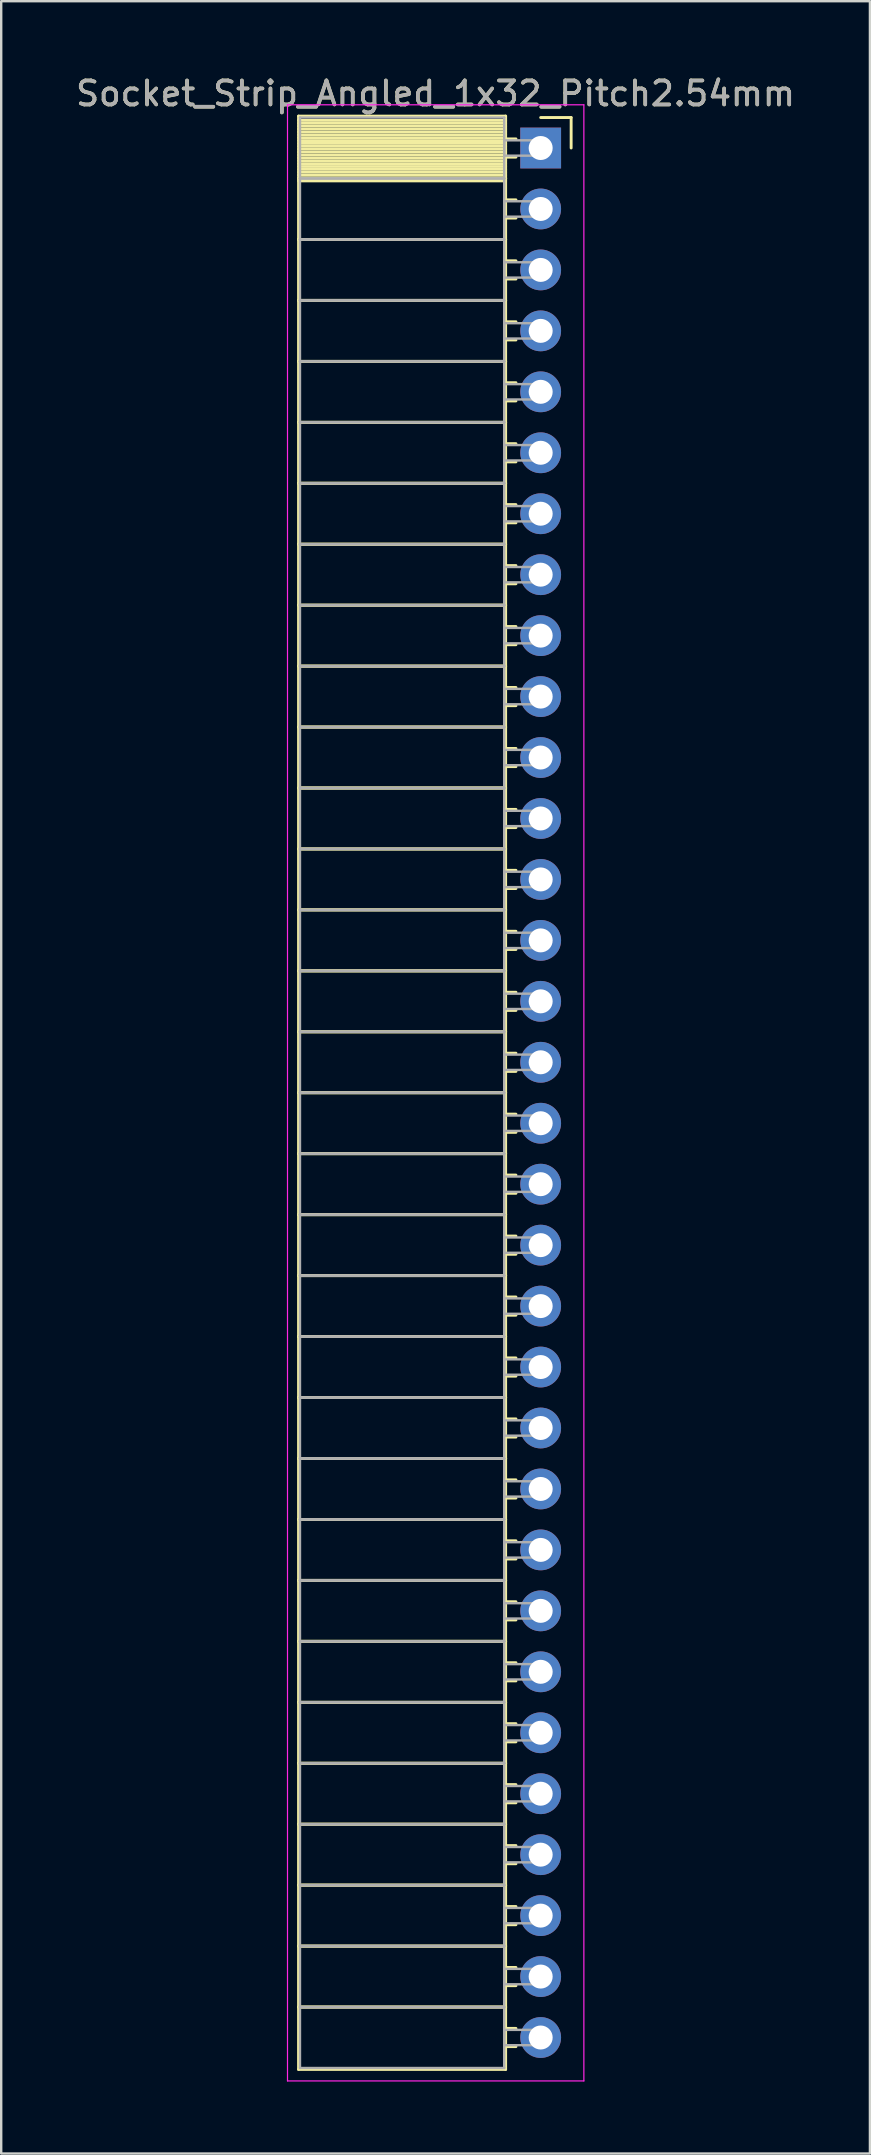
<source format=kicad_pcb>
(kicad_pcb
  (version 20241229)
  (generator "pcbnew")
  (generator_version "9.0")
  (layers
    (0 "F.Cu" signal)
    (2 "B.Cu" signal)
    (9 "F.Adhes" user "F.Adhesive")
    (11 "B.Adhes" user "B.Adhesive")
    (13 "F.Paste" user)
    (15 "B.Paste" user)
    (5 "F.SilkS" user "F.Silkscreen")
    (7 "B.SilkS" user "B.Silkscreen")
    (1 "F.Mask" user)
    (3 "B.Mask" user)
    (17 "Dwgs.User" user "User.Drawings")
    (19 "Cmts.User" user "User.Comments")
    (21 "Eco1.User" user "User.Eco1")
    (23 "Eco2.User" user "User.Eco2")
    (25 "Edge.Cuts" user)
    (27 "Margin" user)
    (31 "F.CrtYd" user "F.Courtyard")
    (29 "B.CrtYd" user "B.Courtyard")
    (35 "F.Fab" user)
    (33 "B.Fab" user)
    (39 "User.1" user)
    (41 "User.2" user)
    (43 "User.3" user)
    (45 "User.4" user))
  (footprint "Socket_Strip_Angled_1x32_Pitch2.54mm"
    (layer "F.Cu")
    (at 19.481 3.118)
    (property "Reference" "Socket_Strip_Angled_1x32_Pitch2.54mm" (at -4.38 -2.27 0) (layer "F.SilkS") (effects (font (size 1 1) (thickness 0.15))))
    (attr through_hole)
    (fp_line (start -10.09 -1.33) (end -1.46 -1.33) (stroke (width 0.12) (type solid)) (layer "F.SilkS"))
    (fp_line (start -10.09 1.27) (end -10.09 -1.33) (stroke (width 0.12) (type solid)) (layer "F.SilkS"))
    (fp_line (start -10.09 1.27) (end -1.46 1.27) (stroke (width 0.12) (type solid)) (layer "F.SilkS"))
    (fp_line (start -10.09 3.81) (end -10.09 1.27) (stroke (width 0.12) (type solid)) (layer "F.SilkS"))
    (fp_line (start -10.09 3.81) (end -1.46 3.81) (stroke (width 0.12) (type solid)) (layer "F.SilkS"))
    (fp_line (start -10.09 6.35) (end -10.09 3.81) (stroke (width 0.12) (type solid)) (layer "F.SilkS"))
    (fp_line (start -10.09 6.35) (end -1.46 6.35) (stroke (width 0.12) (type solid)) (layer "F.SilkS"))
    (fp_line (start -10.09 8.89) (end -10.09 6.35) (stroke (width 0.12) (type solid)) (layer "F.SilkS"))
    (fp_line (start -10.09 8.89) (end -1.46 8.89) (stroke (width 0.12) (type solid)) (layer "F.SilkS"))
    (fp_line (start -10.09 11.43) (end -10.09 8.89) (stroke (width 0.12) (type solid)) (layer "F.SilkS"))
    (fp_line (start -10.09 11.43) (end -1.46 11.43) (stroke (width 0.12) (type solid)) (layer "F.SilkS"))
    (fp_line (start -10.09 13.97) (end -10.09 11.43) (stroke (width 0.12) (type solid)) (layer "F.SilkS"))
    (fp_line (start -10.09 13.97) (end -1.46 13.97) (stroke (width 0.12) (type solid)) (layer "F.SilkS"))
    (fp_line (start -10.09 16.51) (end -10.09 13.97) (stroke (width 0.12) (type solid)) (layer "F.SilkS"))
    (fp_line (start -10.09 16.51) (end -1.46 16.51) (stroke (width 0.12) (type solid)) (layer "F.SilkS"))
    (fp_line (start -10.09 19.05) (end -10.09 16.51) (stroke (width 0.12) (type solid)) (layer "F.SilkS"))
    (fp_line (start -10.09 19.05) (end -1.46 19.05) (stroke (width 0.12) (type solid)) (layer "F.SilkS"))
    (fp_line (start -10.09 21.59) (end -10.09 19.05) (stroke (width 0.12) (type solid)) (layer "F.SilkS"))
    (fp_line (start -10.09 21.59) (end -1.46 21.59) (stroke (width 0.12) (type solid)) (layer "F.SilkS"))
    (fp_line (start -10.09 24.13) (end -10.09 21.59) (stroke (width 0.12) (type solid)) (layer "F.SilkS"))
    (fp_line (start -10.09 24.13) (end -1.46 24.13) (stroke (width 0.12) (type solid)) (layer "F.SilkS"))
    (fp_line (start -10.09 26.67) (end -10.09 24.13) (stroke (width 0.12) (type solid)) (layer "F.SilkS"))
    (fp_line (start -10.09 26.67) (end -1.46 26.67) (stroke (width 0.12) (type solid)) (layer "F.SilkS"))
    (fp_line (start -10.09 29.21) (end -10.09 26.67) (stroke (width 0.12) (type solid)) (layer "F.SilkS"))
    (fp_line (start -10.09 29.21) (end -1.46 29.21) (stroke (width 0.12) (type solid)) (layer "F.SilkS"))
    (fp_line (start -10.09 31.75) (end -10.09 29.21) (stroke (width 0.12) (type solid)) (layer "F.SilkS"))
    (fp_line (start -10.09 31.75) (end -1.46 31.75) (stroke (width 0.12) (type solid)) (layer "F.SilkS"))
    (fp_line (start -10.09 34.29) (end -10.09 31.75) (stroke (width 0.12) (type solid)) (layer "F.SilkS"))
    (fp_line (start -10.09 34.29) (end -1.46 34.29) (stroke (width 0.12) (type solid)) (layer "F.SilkS"))
    (fp_line (start -10.09 36.83) (end -10.09 34.29) (stroke (width 0.12) (type solid)) (layer "F.SilkS"))
    (fp_line (start -10.09 36.83) (end -1.46 36.83) (stroke (width 0.12) (type solid)) (layer "F.SilkS"))
    (fp_line (start -10.09 39.37) (end -10.09 36.83) (stroke (width 0.12) (type solid)) (layer "F.SilkS"))
    (fp_line (start -10.09 39.37) (end -1.46 39.37) (stroke (width 0.12) (type solid)) (layer "F.SilkS"))
    (fp_line (start -10.09 41.91) (end -10.09 39.37) (stroke (width 0.12) (type solid)) (layer "F.SilkS"))
    (fp_line (start -10.09 41.91) (end -1.46 41.91) (stroke (width 0.12) (type solid)) (layer "F.SilkS"))
    (fp_line (start -10.09 44.45) (end -10.09 41.91) (stroke (width 0.12) (type solid)) (layer "F.SilkS"))
    (fp_line (start -10.09 44.45) (end -1.46 44.45) (stroke (width 0.12) (type solid)) (layer "F.SilkS"))
    (fp_line (start -10.09 46.99) (end -10.09 44.45) (stroke (width 0.12) (type solid)) (layer "F.SilkS"))
    (fp_line (start -10.09 46.99) (end -1.46 46.99) (stroke (width 0.12) (type solid)) (layer "F.SilkS"))
    (fp_line (start -10.09 49.53) (end -10.09 46.99) (stroke (width 0.12) (type solid)) (layer "F.SilkS"))
    (fp_line (start -10.09 49.53) (end -1.46 49.53) (stroke (width 0.12) (type solid)) (layer "F.SilkS"))
    (fp_line (start -10.09 52.07) (end -10.09 49.53) (stroke (width 0.12) (type solid)) (layer "F.SilkS"))
    (fp_line (start -10.09 52.07) (end -1.46 52.07) (stroke (width 0.12) (type solid)) (layer "F.SilkS"))
    (fp_line (start -10.09 54.61) (end -10.09 52.07) (stroke (width 0.12) (type solid)) (layer "F.SilkS"))
    (fp_line (start -10.09 54.61) (end -1.46 54.61) (stroke (width 0.12) (type solid)) (layer "F.SilkS"))
    (fp_line (start -10.09 57.15) (end -10.09 54.61) (stroke (width 0.12) (type solid)) (layer "F.SilkS"))
    (fp_line (start -10.09 57.15) (end -1.46 57.15) (stroke (width 0.12) (type solid)) (layer "F.SilkS"))
    (fp_line (start -10.09 59.69) (end -10.09 57.15) (stroke (width 0.12) (type solid)) (layer "F.SilkS"))
    (fp_line (start -10.09 59.69) (end -1.46 59.69) (stroke (width 0.12) (type solid)) (layer "F.SilkS"))
    (fp_line (start -10.09 62.23) (end -10.09 59.69) (stroke (width 0.12) (type solid)) (layer "F.SilkS"))
    (fp_line (start -10.09 62.23) (end -1.46 62.23) (stroke (width 0.12) (type solid)) (layer "F.SilkS"))
    (fp_line (start -10.09 64.77) (end -10.09 62.23) (stroke (width 0.12) (type solid)) (layer "F.SilkS"))
    (fp_line (start -10.09 64.77) (end -1.46 64.77) (stroke (width 0.12) (type solid)) (layer "F.SilkS"))
    (fp_line (start -10.09 67.31) (end -10.09 64.77) (stroke (width 0.12) (type solid)) (layer "F.SilkS"))
    (fp_line (start -10.09 67.31) (end -1.46 67.31) (stroke (width 0.12) (type solid)) (layer "F.SilkS"))
    (fp_line (start -10.09 69.85) (end -10.09 67.31) (stroke (width 0.12) (type solid)) (layer "F.SilkS"))
    (fp_line (start -10.09 69.85) (end -1.46 69.85) (stroke (width 0.12) (type solid)) (layer "F.SilkS"))
    (fp_line (start -10.09 72.39) (end -10.09 69.85) (stroke (width 0.12) (type solid)) (layer "F.SilkS"))
    (fp_line (start -10.09 72.39) (end -1.46 72.39) (stroke (width 0.12) (type solid)) (layer "F.SilkS"))
    (fp_line (start -10.09 74.93) (end -10.09 72.39) (stroke (width 0.12) (type solid)) (layer "F.SilkS"))
    (fp_line (start -10.09 74.93) (end -1.46 74.93) (stroke (width 0.12) (type solid)) (layer "F.SilkS"))
    (fp_line (start -10.09 77.47) (end -10.09 74.93) (stroke (width 0.12) (type solid)) (layer "F.SilkS"))
    (fp_line (start -10.09 77.47) (end -1.46 77.47) (stroke (width 0.12) (type solid)) (layer "F.SilkS"))
    (fp_line (start -10.09 80.07) (end -10.09 77.47) (stroke (width 0.12) (type solid)) (layer "F.SilkS"))
    (fp_line (start -1.46 -1.33) (end -1.46 1.27) (stroke (width 0.12) (type solid)) (layer "F.SilkS"))
    (fp_line (start -1.46 -1.15) (end -10.09 -1.15) (stroke (width 0.12) (type solid)) (layer "F.SilkS"))
    (fp_line (start -1.46 -1.03) (end -10.09 -1.03) (stroke (width 0.12) (type solid)) (layer "F.SilkS"))
    (fp_line (start -1.46 -0.91) (end -10.09 -0.91) (stroke (width 0.12) (type solid)) (layer "F.SilkS"))
    (fp_line (start -1.46 -0.79) (end -10.09 -0.79) (stroke (width 0.12) (type solid)) (layer "F.SilkS"))
    (fp_line (start -1.46 -0.67) (end -10.09 -0.67) (stroke (width 0.12) (type solid)) (layer "F.SilkS"))
    (fp_line (start -1.46 -0.55) (end -10.09 -0.55) (stroke (width 0.12) (type solid)) (layer "F.SilkS"))
    (fp_line (start -1.46 -0.43) (end -10.09 -0.43) (stroke (width 0.12) (type solid)) (layer "F.SilkS"))
    (fp_line (start -1.46 -0.31) (end -10.09 -0.31) (stroke (width 0.12) (type solid)) (layer "F.SilkS"))
    (fp_line (start -1.46 -0.19) (end -10.09 -0.19) (stroke (width 0.12) (type solid)) (layer "F.SilkS"))
    (fp_line (start -1.46 -0.07) (end -10.09 -0.07) (stroke (width 0.12) (type solid)) (layer "F.SilkS"))
    (fp_line (start -1.46 0.05) (end -10.09 0.05) (stroke (width 0.12) (type solid)) (layer "F.SilkS"))
    (fp_line (start -1.46 0.17) (end -10.09 0.17) (stroke (width 0.12) (type solid)) (layer "F.SilkS"))
    (fp_line (start -1.46 0.29) (end -10.09 0.29) (stroke (width 0.12) (type solid)) (layer "F.SilkS"))
    (fp_line (start -1.46 0.41) (end -10.09 0.41) (stroke (width 0.12) (type solid)) (layer "F.SilkS"))
    (fp_line (start -1.46 0.53) (end -10.09 0.53) (stroke (width 0.12) (type solid)) (layer "F.SilkS"))
    (fp_line (start -1.46 0.65) (end -10.09 0.65) (stroke (width 0.12) (type solid)) (layer "F.SilkS"))
    (fp_line (start -1.46 0.77) (end -10.09 0.77) (stroke (width 0.12) (type solid)) (layer "F.SilkS"))
    (fp_line (start -1.46 0.89) (end -10.09 0.89) (stroke (width 0.12) (type solid)) (layer "F.SilkS"))
    (fp_line (start -1.46 1.01) (end -10.09 1.01) (stroke (width 0.12) (type solid)) (layer "F.SilkS"))
    (fp_line (start -1.46 1.13) (end -10.09 1.13) (stroke (width 0.12) (type solid)) (layer "F.SilkS"))
    (fp_line (start -1.46 1.25) (end -10.09 1.25) (stroke (width 0.12) (type solid)) (layer "F.SilkS"))
    (fp_line (start -1.46 1.27) (end -10.09 1.27) (stroke (width 0.12) (type solid)) (layer "F.SilkS"))
    (fp_line (start -1.46 1.27) (end -1.46 3.81) (stroke (width 0.12) (type solid)) (layer "F.SilkS"))
    (fp_line (start -1.46 1.37) (end -10.09 1.37) (stroke (width 0.12) (type solid)) (layer "F.SilkS"))
    (fp_line (start -1.46 3.81) (end -10.09 3.81) (stroke (width 0.12) (type solid)) (layer "F.SilkS"))
    (fp_line (start -1.46 3.81) (end -1.46 6.35) (stroke (width 0.12) (type solid)) (layer "F.SilkS"))
    (fp_line (start -1.46 6.35) (end -10.09 6.35) (stroke (width 0.12) (type solid)) (layer "F.SilkS"))
    (fp_line (start -1.46 6.35) (end -1.46 8.89) (stroke (width 0.12) (type solid)) (layer "F.SilkS"))
    (fp_line (start -1.46 8.89) (end -10.09 8.89) (stroke (width 0.12) (type solid)) (layer "F.SilkS"))
    (fp_line (start -1.46 8.89) (end -1.46 11.43) (stroke (width 0.12) (type solid)) (layer "F.SilkS"))
    (fp_line (start -1.46 11.43) (end -10.09 11.43) (stroke (width 0.12) (type solid)) (layer "F.SilkS"))
    (fp_line (start -1.46 11.43) (end -1.46 13.97) (stroke (width 0.12) (type solid)) (layer "F.SilkS"))
    (fp_line (start -1.46 13.97) (end -10.09 13.97) (stroke (width 0.12) (type solid)) (layer "F.SilkS"))
    (fp_line (start -1.46 13.97) (end -1.46 16.51) (stroke (width 0.12) (type solid)) (layer "F.SilkS"))
    (fp_line (start -1.46 16.51) (end -10.09 16.51) (stroke (width 0.12) (type solid)) (layer "F.SilkS"))
    (fp_line (start -1.46 16.51) (end -1.46 19.05) (stroke (width 0.12) (type solid)) (layer "F.SilkS"))
    (fp_line (start -1.46 19.05) (end -10.09 19.05) (stroke (width 0.12) (type solid)) (layer "F.SilkS"))
    (fp_line (start -1.46 19.05) (end -1.46 21.59) (stroke (width 0.12) (type solid)) (layer "F.SilkS"))
    (fp_line (start -1.46 21.59) (end -10.09 21.59) (stroke (width 0.12) (type solid)) (layer "F.SilkS"))
    (fp_line (start -1.46 21.59) (end -1.46 24.13) (stroke (width 0.12) (type solid)) (layer "F.SilkS"))
    (fp_line (start -1.46 24.13) (end -10.09 24.13) (stroke (width 0.12) (type solid)) (layer "F.SilkS"))
    (fp_line (start -1.46 24.13) (end -1.46 26.67) (stroke (width 0.12) (type solid)) (layer "F.SilkS"))
    (fp_line (start -1.46 26.67) (end -10.09 26.67) (stroke (width 0.12) (type solid)) (layer "F.SilkS"))
    (fp_line (start -1.46 26.67) (end -1.46 29.21) (stroke (width 0.12) (type solid)) (layer "F.SilkS"))
    (fp_line (start -1.46 29.21) (end -10.09 29.21) (stroke (width 0.12) (type solid)) (layer "F.SilkS"))
    (fp_line (start -1.46 29.21) (end -1.46 31.75) (stroke (width 0.12) (type solid)) (layer "F.SilkS"))
    (fp_line (start -1.46 31.75) (end -10.09 31.75) (stroke (width 0.12) (type solid)) (layer "F.SilkS"))
    (fp_line (start -1.46 31.75) (end -1.46 34.29) (stroke (width 0.12) (type solid)) (layer "F.SilkS"))
    (fp_line (start -1.46 34.29) (end -10.09 34.29) (stroke (width 0.12) (type solid)) (layer "F.SilkS"))
    (fp_line (start -1.46 34.29) (end -1.46 36.83) (stroke (width 0.12) (type solid)) (layer "F.SilkS"))
    (fp_line (start -1.46 36.83) (end -10.09 36.83) (stroke (width 0.12) (type solid)) (layer "F.SilkS"))
    (fp_line (start -1.46 36.83) (end -1.46 39.37) (stroke (width 0.12) (type solid)) (layer "F.SilkS"))
    (fp_line (start -1.46 39.37) (end -10.09 39.37) (stroke (width 0.12) (type solid)) (layer "F.SilkS"))
    (fp_line (start -1.46 39.37) (end -1.46 41.91) (stroke (width 0.12) (type solid)) (layer "F.SilkS"))
    (fp_line (start -1.46 41.91) (end -10.09 41.91) (stroke (width 0.12) (type solid)) (layer "F.SilkS"))
    (fp_line (start -1.46 41.91) (end -1.46 44.45) (stroke (width 0.12) (type solid)) (layer "F.SilkS"))
    (fp_line (start -1.46 44.45) (end -10.09 44.45) (stroke (width 0.12) (type solid)) (layer "F.SilkS"))
    (fp_line (start -1.46 44.45) (end -1.46 46.99) (stroke (width 0.12) (type solid)) (layer "F.SilkS"))
    (fp_line (start -1.46 46.99) (end -10.09 46.99) (stroke (width 0.12) (type solid)) (layer "F.SilkS"))
    (fp_line (start -1.46 46.99) (end -1.46 49.53) (stroke (width 0.12) (type solid)) (layer "F.SilkS"))
    (fp_line (start -1.46 49.53) (end -10.09 49.53) (stroke (width 0.12) (type solid)) (layer "F.SilkS"))
    (fp_line (start -1.46 49.53) (end -1.46 52.07) (stroke (width 0.12) (type solid)) (layer "F.SilkS"))
    (fp_line (start -1.46 52.07) (end -10.09 52.07) (stroke (width 0.12) (type solid)) (layer "F.SilkS"))
    (fp_line (start -1.46 52.07) (end -1.46 54.61) (stroke (width 0.12) (type solid)) (layer "F.SilkS"))
    (fp_line (start -1.46 54.61) (end -10.09 54.61) (stroke (width 0.12) (type solid)) (layer "F.SilkS"))
    (fp_line (start -1.46 54.61) (end -1.46 57.15) (stroke (width 0.12) (type solid)) (layer "F.SilkS"))
    (fp_line (start -1.46 57.15) (end -10.09 57.15) (stroke (width 0.12) (type solid)) (layer "F.SilkS"))
    (fp_line (start -1.46 57.15) (end -1.46 59.69) (stroke (width 0.12) (type solid)) (layer "F.SilkS"))
    (fp_line (start -1.46 59.69) (end -10.09 59.69) (stroke (width 0.12) (type solid)) (layer "F.SilkS"))
    (fp_line (start -1.46 59.69) (end -1.46 62.23) (stroke (width 0.12) (type solid)) (layer "F.SilkS"))
    (fp_line (start -1.46 62.23) (end -10.09 62.23) (stroke (width 0.12) (type solid)) (layer "F.SilkS"))
    (fp_line (start -1.46 62.23) (end -1.46 64.77) (stroke (width 0.12) (type solid)) (layer "F.SilkS"))
    (fp_line (start -1.46 64.77) (end -10.09 64.77) (stroke (width 0.12) (type solid)) (layer "F.SilkS"))
    (fp_line (start -1.46 64.77) (end -1.46 67.31) (stroke (width 0.12) (type solid)) (layer "F.SilkS"))
    (fp_line (start -1.46 67.31) (end -10.09 67.31) (stroke (width 0.12) (type solid)) (layer "F.SilkS"))
    (fp_line (start -1.46 67.31) (end -1.46 69.85) (stroke (width 0.12) (type solid)) (layer "F.SilkS"))
    (fp_line (start -1.46 69.85) (end -10.09 69.85) (stroke (width 0.12) (type solid)) (layer "F.SilkS"))
    (fp_line (start -1.46 69.85) (end -1.46 72.39) (stroke (width 0.12) (type solid)) (layer "F.SilkS"))
    (fp_line (start -1.46 72.39) (end -10.09 72.39) (stroke (width 0.12) (type solid)) (layer "F.SilkS"))
    (fp_line (start -1.46 72.39) (end -1.46 74.93) (stroke (width 0.12) (type solid)) (layer "F.SilkS"))
    (fp_line (start -1.46 74.93) (end -10.09 74.93) (stroke (width 0.12) (type solid)) (layer "F.SilkS"))
    (fp_line (start -1.46 74.93) (end -1.46 77.47) (stroke (width 0.12) (type solid)) (layer "F.SilkS"))
    (fp_line (start -1.46 77.47) (end -10.09 77.47) (stroke (width 0.12) (type solid)) (layer "F.SilkS"))
    (fp_line (start -1.46 77.47) (end -1.46 80.07) (stroke (width 0.12) (type solid)) (layer "F.SilkS"))
    (fp_line (start -1.46 80.07) (end -10.09 80.07) (stroke (width 0.12) (type solid)) (layer "F.SilkS"))
    (fp_line (start -1.03 -0.38) (end -1.46 -0.38) (stroke (width 0.12) (type solid)) (layer "F.SilkS"))
    (fp_line (start -1.03 0.38) (end -1.46 0.38) (stroke (width 0.12) (type solid)) (layer "F.SilkS"))
    (fp_line (start -1.03 2.16) (end -1.46 2.16) (stroke (width 0.12) (type solid)) (layer "F.SilkS"))
    (fp_line (start -1.03 2.92) (end -1.46 2.92) (stroke (width 0.12) (type solid)) (layer "F.SilkS"))
    (fp_line (start -1.03 4.7) (end -1.46 4.7) (stroke (width 0.12) (type solid)) (layer "F.SilkS"))
    (fp_line (start -1.03 5.46) (end -1.46 5.46) (stroke (width 0.12) (type solid)) (layer "F.SilkS"))
    (fp_line (start -1.03 7.24) (end -1.46 7.24) (stroke (width 0.12) (type solid)) (layer "F.SilkS"))
    (fp_line (start -1.03 8) (end -1.46 8) (stroke (width 0.12) (type solid)) (layer "F.SilkS"))
    (fp_line (start -1.03 9.78) (end -1.46 9.78) (stroke (width 0.12) (type solid)) (layer "F.SilkS"))
    (fp_line (start -1.03 10.54) (end -1.46 10.54) (stroke (width 0.12) (type solid)) (layer "F.SilkS"))
    (fp_line (start -1.03 12.32) (end -1.46 12.32) (stroke (width 0.12) (type solid)) (layer "F.SilkS"))
    (fp_line (start -1.03 13.08) (end -1.46 13.08) (stroke (width 0.12) (type solid)) (layer "F.SilkS"))
    (fp_line (start -1.03 14.86) (end -1.46 14.86) (stroke (width 0.12) (type solid)) (layer "F.SilkS"))
    (fp_line (start -1.03 15.62) (end -1.46 15.62) (stroke (width 0.12) (type solid)) (layer "F.SilkS"))
    (fp_line (start -1.03 17.4) (end -1.46 17.4) (stroke (width 0.12) (type solid)) (layer "F.SilkS"))
    (fp_line (start -1.03 18.16) (end -1.46 18.16) (stroke (width 0.12) (type solid)) (layer "F.SilkS"))
    (fp_line (start -1.03 19.94) (end -1.46 19.94) (stroke (width 0.12) (type solid)) (layer "F.SilkS"))
    (fp_line (start -1.03 20.7) (end -1.46 20.7) (stroke (width 0.12) (type solid)) (layer "F.SilkS"))
    (fp_line (start -1.03 22.48) (end -1.46 22.48) (stroke (width 0.12) (type solid)) (layer "F.SilkS"))
    (fp_line (start -1.03 23.24) (end -1.46 23.24) (stroke (width 0.12) (type solid)) (layer "F.SilkS"))
    (fp_line (start -1.03 25.02) (end -1.46 25.02) (stroke (width 0.12) (type solid)) (layer "F.SilkS"))
    (fp_line (start -1.03 25.78) (end -1.46 25.78) (stroke (width 0.12) (type solid)) (layer "F.SilkS"))
    (fp_line (start -1.03 27.56) (end -1.46 27.56) (stroke (width 0.12) (type solid)) (layer "F.SilkS"))
    (fp_line (start -1.03 28.32) (end -1.46 28.32) (stroke (width 0.12) (type solid)) (layer "F.SilkS"))
    (fp_line (start -1.03 30.1) (end -1.46 30.1) (stroke (width 0.12) (type solid)) (layer "F.SilkS"))
    (fp_line (start -1.03 30.86) (end -1.46 30.86) (stroke (width 0.12) (type solid)) (layer "F.SilkS"))
    (fp_line (start -1.03 32.64) (end -1.46 32.64) (stroke (width 0.12) (type solid)) (layer "F.SilkS"))
    (fp_line (start -1.03 33.4) (end -1.46 33.4) (stroke (width 0.12) (type solid)) (layer "F.SilkS"))
    (fp_line (start -1.03 35.18) (end -1.46 35.18) (stroke (width 0.12) (type solid)) (layer "F.SilkS"))
    (fp_line (start -1.03 35.94) (end -1.46 35.94) (stroke (width 0.12) (type solid)) (layer "F.SilkS"))
    (fp_line (start -1.03 37.72) (end -1.46 37.72) (stroke (width 0.12) (type solid)) (layer "F.SilkS"))
    (fp_line (start -1.03 38.48) (end -1.46 38.48) (stroke (width 0.12) (type solid)) (layer "F.SilkS"))
    (fp_line (start -1.03 40.26) (end -1.46 40.26) (stroke (width 0.12) (type solid)) (layer "F.SilkS"))
    (fp_line (start -1.03 41.02) (end -1.46 41.02) (stroke (width 0.12) (type solid)) (layer "F.SilkS"))
    (fp_line (start -1.03 42.8) (end -1.46 42.8) (stroke (width 0.12) (type solid)) (layer "F.SilkS"))
    (fp_line (start -1.03 43.56) (end -1.46 43.56) (stroke (width 0.12) (type solid)) (layer "F.SilkS"))
    (fp_line (start -1.03 45.34) (end -1.46 45.34) (stroke (width 0.12) (type solid)) (layer "F.SilkS"))
    (fp_line (start -1.03 46.1) (end -1.46 46.1) (stroke (width 0.12) (type solid)) (layer "F.SilkS"))
    (fp_line (start -1.03 47.88) (end -1.46 47.88) (stroke (width 0.12) (type solid)) (layer "F.SilkS"))
    (fp_line (start -1.03 48.64) (end -1.46 48.64) (stroke (width 0.12) (type solid)) (layer "F.SilkS"))
    (fp_line (start -1.03 50.42) (end -1.46 50.42) (stroke (width 0.12) (type solid)) (layer "F.SilkS"))
    (fp_line (start -1.03 51.18) (end -1.46 51.18) (stroke (width 0.12) (type solid)) (layer "F.SilkS"))
    (fp_line (start -1.03 52.96) (end -1.46 52.96) (stroke (width 0.12) (type solid)) (layer "F.SilkS"))
    (fp_line (start -1.03 53.72) (end -1.46 53.72) (stroke (width 0.12) (type solid)) (layer "F.SilkS"))
    (fp_line (start -1.03 55.5) (end -1.46 55.5) (stroke (width 0.12) (type solid)) (layer "F.SilkS"))
    (fp_line (start -1.03 56.26) (end -1.46 56.26) (stroke (width 0.12) (type solid)) (layer "F.SilkS"))
    (fp_line (start -1.03 58.04) (end -1.46 58.04) (stroke (width 0.12) (type solid)) (layer "F.SilkS"))
    (fp_line (start -1.03 58.8) (end -1.46 58.8) (stroke (width 0.12) (type solid)) (layer "F.SilkS"))
    (fp_line (start -1.03 60.58) (end -1.46 60.58) (stroke (width 0.12) (type solid)) (layer "F.SilkS"))
    (fp_line (start -1.03 61.34) (end -1.46 61.34) (stroke (width 0.12) (type solid)) (layer "F.SilkS"))
    (fp_line (start -1.03 63.12) (end -1.46 63.12) (stroke (width 0.12) (type solid)) (layer "F.SilkS"))
    (fp_line (start -1.03 63.88) (end -1.46 63.88) (stroke (width 0.12) (type solid)) (layer "F.SilkS"))
    (fp_line (start -1.03 65.66) (end -1.46 65.66) (stroke (width 0.12) (type solid)) (layer "F.SilkS"))
    (fp_line (start -1.03 66.42) (end -1.46 66.42) (stroke (width 0.12) (type solid)) (layer "F.SilkS"))
    (fp_line (start -1.03 68.2) (end -1.46 68.2) (stroke (width 0.12) (type solid)) (layer "F.SilkS"))
    (fp_line (start -1.03 68.96) (end -1.46 68.96) (stroke (width 0.12) (type solid)) (layer "F.SilkS"))
    (fp_line (start -1.03 70.74) (end -1.46 70.74) (stroke (width 0.12) (type solid)) (layer "F.SilkS"))
    (fp_line (start -1.03 71.5) (end -1.46 71.5) (stroke (width 0.12) (type solid)) (layer "F.SilkS"))
    (fp_line (start -1.03 73.28) (end -1.46 73.28) (stroke (width 0.12) (type solid)) (layer "F.SilkS"))
    (fp_line (start -1.03 74.04) (end -1.46 74.04) (stroke (width 0.12) (type solid)) (layer "F.SilkS"))
    (fp_line (start -1.03 75.82) (end -1.46 75.82) (stroke (width 0.12) (type solid)) (layer "F.SilkS"))
    (fp_line (start -1.03 76.58) (end -1.46 76.58) (stroke (width 0.12) (type solid)) (layer "F.SilkS"))
    (fp_line (start -1.03 78.36) (end -1.46 78.36) (stroke (width 0.12) (type solid)) (layer "F.SilkS"))
    (fp_line (start -1.03 79.12) (end -1.46 79.12) (stroke (width 0.12) (type solid)) (layer "F.SilkS"))
    (fp_line (start 0 -1.27) (end 1.27 -1.27) (stroke (width 0.12) (type solid)) (layer "F.SilkS"))
    (fp_line (start 1.27 -1.27) (end 1.27 0) (stroke (width 0.12) (type solid)) (layer "F.SilkS"))
    (fp_line (start -10.55 -1.8) (end 1.8 -1.8) (stroke (width 0.05) (type solid)) (layer "F.CrtYd"))
    (fp_line (start -10.55 80.55) (end -10.55 -1.8) (stroke (width 0.05) (type solid)) (layer "F.CrtYd"))
    (fp_line (start 1.8 -1.8) (end 1.8 80.55) (stroke (width 0.05) (type solid)) (layer "F.CrtYd"))
    (fp_line (start 1.8 80.55) (end -10.55 80.55) (stroke (width 0.05) (type solid)) (layer "F.CrtYd"))
    (fp_line (start -10.03 -1.27) (end -1.52 -1.27) (stroke (width 0.1) (type solid)) (layer "F.Fab"))
    (fp_line (start -10.03 1.27) (end -10.03 -1.27) (stroke (width 0.1) (type solid)) (layer "F.Fab"))
    (fp_line (start -10.03 1.27) (end -1.52 1.27) (stroke (width 0.1) (type solid)) (layer "F.Fab"))
    (fp_line (start -10.03 3.81) (end -10.03 1.27) (stroke (width 0.1) (type solid)) (layer "F.Fab"))
    (fp_line (start -10.03 3.81) (end -1.52 3.81) (stroke (width 0.1) (type solid)) (layer "F.Fab"))
    (fp_line (start -10.03 6.35) (end -10.03 3.81) (stroke (width 0.1) (type solid)) (layer "F.Fab"))
    (fp_line (start -10.03 6.35) (end -1.52 6.35) (stroke (width 0.1) (type solid)) (layer "F.Fab"))
    (fp_line (start -10.03 8.89) (end -10.03 6.35) (stroke (width 0.1) (type solid)) (layer "F.Fab"))
    (fp_line (start -10.03 8.89) (end -1.52 8.89) (stroke (width 0.1) (type solid)) (layer "F.Fab"))
    (fp_line (start -10.03 11.43) (end -10.03 8.89) (stroke (width 0.1) (type solid)) (layer "F.Fab"))
    (fp_line (start -10.03 11.43) (end -1.52 11.43) (stroke (width 0.1) (type solid)) (layer "F.Fab"))
    (fp_line (start -10.03 13.97) (end -10.03 11.43) (stroke (width 0.1) (type solid)) (layer "F.Fab"))
    (fp_line (start -10.03 13.97) (end -1.52 13.97) (stroke (width 0.1) (type solid)) (layer "F.Fab"))
    (fp_line (start -10.03 16.51) (end -10.03 13.97) (stroke (width 0.1) (type solid)) (layer "F.Fab"))
    (fp_line (start -10.03 16.51) (end -1.52 16.51) (stroke (width 0.1) (type solid)) (layer "F.Fab"))
    (fp_line (start -10.03 19.05) (end -10.03 16.51) (stroke (width 0.1) (type solid)) (layer "F.Fab"))
    (fp_line (start -10.03 19.05) (end -1.52 19.05) (stroke (width 0.1) (type solid)) (layer "F.Fab"))
    (fp_line (start -10.03 21.59) (end -10.03 19.05) (stroke (width 0.1) (type solid)) (layer "F.Fab"))
    (fp_line (start -10.03 21.59) (end -1.52 21.59) (stroke (width 0.1) (type solid)) (layer "F.Fab"))
    (fp_line (start -10.03 24.13) (end -10.03 21.59) (stroke (width 0.1) (type solid)) (layer "F.Fab"))
    (fp_line (start -10.03 24.13) (end -1.52 24.13) (stroke (width 0.1) (type solid)) (layer "F.Fab"))
    (fp_line (start -10.03 26.67) (end -10.03 24.13) (stroke (width 0.1) (type solid)) (layer "F.Fab"))
    (fp_line (start -10.03 26.67) (end -1.52 26.67) (stroke (width 0.1) (type solid)) (layer "F.Fab"))
    (fp_line (start -10.03 29.21) (end -10.03 26.67) (stroke (width 0.1) (type solid)) (layer "F.Fab"))
    (fp_line (start -10.03 29.21) (end -1.52 29.21) (stroke (width 0.1) (type solid)) (layer "F.Fab"))
    (fp_line (start -10.03 31.75) (end -10.03 29.21) (stroke (width 0.1) (type solid)) (layer "F.Fab"))
    (fp_line (start -10.03 31.75) (end -1.52 31.75) (stroke (width 0.1) (type solid)) (layer "F.Fab"))
    (fp_line (start -10.03 34.29) (end -10.03 31.75) (stroke (width 0.1) (type solid)) (layer "F.Fab"))
    (fp_line (start -10.03 34.29) (end -1.52 34.29) (stroke (width 0.1) (type solid)) (layer "F.Fab"))
    (fp_line (start -10.03 36.83) (end -10.03 34.29) (stroke (width 0.1) (type solid)) (layer "F.Fab"))
    (fp_line (start -10.03 36.83) (end -1.52 36.83) (stroke (width 0.1) (type solid)) (layer "F.Fab"))
    (fp_line (start -10.03 39.37) (end -10.03 36.83) (stroke (width 0.1) (type solid)) (layer "F.Fab"))
    (fp_line (start -10.03 39.37) (end -1.52 39.37) (stroke (width 0.1) (type solid)) (layer "F.Fab"))
    (fp_line (start -10.03 41.91) (end -10.03 39.37) (stroke (width 0.1) (type solid)) (layer "F.Fab"))
    (fp_line (start -10.03 41.91) (end -1.52 41.91) (stroke (width 0.1) (type solid)) (layer "F.Fab"))
    (fp_line (start -10.03 44.45) (end -10.03 41.91) (stroke (width 0.1) (type solid)) (layer "F.Fab"))
    (fp_line (start -10.03 44.45) (end -1.52 44.45) (stroke (width 0.1) (type solid)) (layer "F.Fab"))
    (fp_line (start -10.03 46.99) (end -10.03 44.45) (stroke (width 0.1) (type solid)) (layer "F.Fab"))
    (fp_line (start -10.03 46.99) (end -1.52 46.99) (stroke (width 0.1) (type solid)) (layer "F.Fab"))
    (fp_line (start -10.03 49.53) (end -10.03 46.99) (stroke (width 0.1) (type solid)) (layer "F.Fab"))
    (fp_line (start -10.03 49.53) (end -1.52 49.53) (stroke (width 0.1) (type solid)) (layer "F.Fab"))
    (fp_line (start -10.03 52.07) (end -10.03 49.53) (stroke (width 0.1) (type solid)) (layer "F.Fab"))
    (fp_line (start -10.03 52.07) (end -1.52 52.07) (stroke (width 0.1) (type solid)) (layer "F.Fab"))
    (fp_line (start -10.03 54.61) (end -10.03 52.07) (stroke (width 0.1) (type solid)) (layer "F.Fab"))
    (fp_line (start -10.03 54.61) (end -1.52 54.61) (stroke (width 0.1) (type solid)) (layer "F.Fab"))
    (fp_line (start -10.03 57.15) (end -10.03 54.61) (stroke (width 0.1) (type solid)) (layer "F.Fab"))
    (fp_line (start -10.03 57.15) (end -1.52 57.15) (stroke (width 0.1) (type solid)) (layer "F.Fab"))
    (fp_line (start -10.03 59.69) (end -10.03 57.15) (stroke (width 0.1) (type solid)) (layer "F.Fab"))
    (fp_line (start -10.03 59.69) (end -1.52 59.69) (stroke (width 0.1) (type solid)) (layer "F.Fab"))
    (fp_line (start -10.03 62.23) (end -10.03 59.69) (stroke (width 0.1) (type solid)) (layer "F.Fab"))
    (fp_line (start -10.03 62.23) (end -1.52 62.23) (stroke (width 0.1) (type solid)) (layer "F.Fab"))
    (fp_line (start -10.03 64.77) (end -10.03 62.23) (stroke (width 0.1) (type solid)) (layer "F.Fab"))
    (fp_line (start -10.03 64.77) (end -1.52 64.77) (stroke (width 0.1) (type solid)) (layer "F.Fab"))
    (fp_line (start -10.03 67.31) (end -10.03 64.77) (stroke (width 0.1) (type solid)) (layer "F.Fab"))
    (fp_line (start -10.03 67.31) (end -1.52 67.31) (stroke (width 0.1) (type solid)) (layer "F.Fab"))
    (fp_line (start -10.03 69.85) (end -10.03 67.31) (stroke (width 0.1) (type solid)) (layer "F.Fab"))
    (fp_line (start -10.03 69.85) (end -1.52 69.85) (stroke (width 0.1) (type solid)) (layer "F.Fab"))
    (fp_line (start -10.03 72.39) (end -10.03 69.85) (stroke (width 0.1) (type solid)) (layer "F.Fab"))
    (fp_line (start -10.03 72.39) (end -1.52 72.39) (stroke (width 0.1) (type solid)) (layer "F.Fab"))
    (fp_line (start -10.03 74.93) (end -10.03 72.39) (stroke (width 0.1) (type solid)) (layer "F.Fab"))
    (fp_line (start -10.03 74.93) (end -1.52 74.93) (stroke (width 0.1) (type solid)) (layer "F.Fab"))
    (fp_line (start -10.03 77.47) (end -10.03 74.93) (stroke (width 0.1) (type solid)) (layer "F.Fab"))
    (fp_line (start -10.03 77.47) (end -1.52 77.47) (stroke (width 0.1) (type solid)) (layer "F.Fab"))
    (fp_line (start -10.03 80.01) (end -10.03 77.47) (stroke (width 0.1) (type solid)) (layer "F.Fab"))
    (fp_line (start -1.52 -1.27) (end -1.52 1.27) (stroke (width 0.1) (type solid)) (layer "F.Fab"))
    (fp_line (start -1.52 -0.32) (end 0 -0.32) (stroke (width 0.1) (type solid)) (layer "F.Fab"))
    (fp_line (start -1.52 0.32) (end -1.52 -0.32) (stroke (width 0.1) (type solid)) (layer "F.Fab"))
    (fp_line (start -1.52 1.27) (end -10.03 1.27) (stroke (width 0.1) (type solid)) (layer "F.Fab"))
    (fp_line (start -1.52 1.27) (end -1.52 3.81) (stroke (width 0.1) (type solid)) (layer "F.Fab"))
    (fp_line (start -1.52 2.22) (end 0 2.22) (stroke (width 0.1) (type solid)) (layer "F.Fab"))
    (fp_line (start -1.52 2.86) (end -1.52 2.22) (stroke (width 0.1) (type solid)) (layer "F.Fab"))
    (fp_line (start -1.52 3.81) (end -10.03 3.81) (stroke (width 0.1) (type solid)) (layer "F.Fab"))
    (fp_line (start -1.52 3.81) (end -1.52 6.35) (stroke (width 0.1) (type solid)) (layer "F.Fab"))
    (fp_line (start -1.52 4.76) (end 0 4.76) (stroke (width 0.1) (type solid)) (layer "F.Fab"))
    (fp_line (start -1.52 5.4) (end -1.52 4.76) (stroke (width 0.1) (type solid)) (layer "F.Fab"))
    (fp_line (start -1.52 6.35) (end -10.03 6.35) (stroke (width 0.1) (type solid)) (layer "F.Fab"))
    (fp_line (start -1.52 6.35) (end -1.52 8.89) (stroke (width 0.1) (type solid)) (layer "F.Fab"))
    (fp_line (start -1.52 7.3) (end 0 7.3) (stroke (width 0.1) (type solid)) (layer "F.Fab"))
    (fp_line (start -1.52 7.94) (end -1.52 7.3) (stroke (width 0.1) (type solid)) (layer "F.Fab"))
    (fp_line (start -1.52 8.89) (end -10.03 8.89) (stroke (width 0.1) (type solid)) (layer "F.Fab"))
    (fp_line (start -1.52 8.89) (end -1.52 11.43) (stroke (width 0.1) (type solid)) (layer "F.Fab"))
    (fp_line (start -1.52 9.84) (end 0 9.84) (stroke (width 0.1) (type solid)) (layer "F.Fab"))
    (fp_line (start -1.52 10.48) (end -1.52 9.84) (stroke (width 0.1) (type solid)) (layer "F.Fab"))
    (fp_line (start -1.52 11.43) (end -10.03 11.43) (stroke (width 0.1) (type solid)) (layer "F.Fab"))
    (fp_line (start -1.52 11.43) (end -1.52 13.97) (stroke (width 0.1) (type solid)) (layer "F.Fab"))
    (fp_line (start -1.52 12.38) (end 0 12.38) (stroke (width 0.1) (type solid)) (layer "F.Fab"))
    (fp_line (start -1.52 13.02) (end -1.52 12.38) (stroke (width 0.1) (type solid)) (layer "F.Fab"))
    (fp_line (start -1.52 13.97) (end -10.03 13.97) (stroke (width 0.1) (type solid)) (layer "F.Fab"))
    (fp_line (start -1.52 13.97) (end -1.52 16.51) (stroke (width 0.1) (type solid)) (layer "F.Fab"))
    (fp_line (start -1.52 14.92) (end 0 14.92) (stroke (width 0.1) (type solid)) (layer "F.Fab"))
    (fp_line (start -1.52 15.56) (end -1.52 14.92) (stroke (width 0.1) (type solid)) (layer "F.Fab"))
    (fp_line (start -1.52 16.51) (end -10.03 16.51) (stroke (width 0.1) (type solid)) (layer "F.Fab"))
    (fp_line (start -1.52 16.51) (end -1.52 19.05) (stroke (width 0.1) (type solid)) (layer "F.Fab"))
    (fp_line (start -1.52 17.46) (end 0 17.46) (stroke (width 0.1) (type solid)) (layer "F.Fab"))
    (fp_line (start -1.52 18.1) (end -1.52 17.46) (stroke (width 0.1) (type solid)) (layer "F.Fab"))
    (fp_line (start -1.52 19.05) (end -10.03 19.05) (stroke (width 0.1) (type solid)) (layer "F.Fab"))
    (fp_line (start -1.52 19.05) (end -1.52 21.59) (stroke (width 0.1) (type solid)) (layer "F.Fab"))
    (fp_line (start -1.52 20) (end 0 20) (stroke (width 0.1) (type solid)) (layer "F.Fab"))
    (fp_line (start -1.52 20.64) (end -1.52 20) (stroke (width 0.1) (type solid)) (layer "F.Fab"))
    (fp_line (start -1.52 21.59) (end -10.03 21.59) (stroke (width 0.1) (type solid)) (layer "F.Fab"))
    (fp_line (start -1.52 21.59) (end -1.52 24.13) (stroke (width 0.1) (type solid)) (layer "F.Fab"))
    (fp_line (start -1.52 22.54) (end 0 22.54) (stroke (width 0.1) (type solid)) (layer "F.Fab"))
    (fp_line (start -1.52 23.18) (end -1.52 22.54) (stroke (width 0.1) (type solid)) (layer "F.Fab"))
    (fp_line (start -1.52 24.13) (end -10.03 24.13) (stroke (width 0.1) (type solid)) (layer "F.Fab"))
    (fp_line (start -1.52 24.13) (end -1.52 26.67) (stroke (width 0.1) (type solid)) (layer "F.Fab"))
    (fp_line (start -1.52 25.08) (end 0 25.08) (stroke (width 0.1) (type solid)) (layer "F.Fab"))
    (fp_line (start -1.52 25.72) (end -1.52 25.08) (stroke (width 0.1) (type solid)) (layer "F.Fab"))
    (fp_line (start -1.52 26.67) (end -10.03 26.67) (stroke (width 0.1) (type solid)) (layer "F.Fab"))
    (fp_line (start -1.52 26.67) (end -1.52 29.21) (stroke (width 0.1) (type solid)) (layer "F.Fab"))
    (fp_line (start -1.52 27.62) (end 0 27.62) (stroke (width 0.1) (type solid)) (layer "F.Fab"))
    (fp_line (start -1.52 28.26) (end -1.52 27.62) (stroke (width 0.1) (type solid)) (layer "F.Fab"))
    (fp_line (start -1.52 29.21) (end -10.03 29.21) (stroke (width 0.1) (type solid)) (layer "F.Fab"))
    (fp_line (start -1.52 29.21) (end -1.52 31.75) (stroke (width 0.1) (type solid)) (layer "F.Fab"))
    (fp_line (start -1.52 30.16) (end 0 30.16) (stroke (width 0.1) (type solid)) (layer "F.Fab"))
    (fp_line (start -1.52 30.8) (end -1.52 30.16) (stroke (width 0.1) (type solid)) (layer "F.Fab"))
    (fp_line (start -1.52 31.75) (end -10.03 31.75) (stroke (width 0.1) (type solid)) (layer "F.Fab"))
    (fp_line (start -1.52 31.75) (end -1.52 34.29) (stroke (width 0.1) (type solid)) (layer "F.Fab"))
    (fp_line (start -1.52 32.7) (end 0 32.7) (stroke (width 0.1) (type solid)) (layer "F.Fab"))
    (fp_line (start -1.52 33.34) (end -1.52 32.7) (stroke (width 0.1) (type solid)) (layer "F.Fab"))
    (fp_line (start -1.52 34.29) (end -10.03 34.29) (stroke (width 0.1) (type solid)) (layer "F.Fab"))
    (fp_line (start -1.52 34.29) (end -1.52 36.83) (stroke (width 0.1) (type solid)) (layer "F.Fab"))
    (fp_line (start -1.52 35.24) (end 0 35.24) (stroke (width 0.1) (type solid)) (layer "F.Fab"))
    (fp_line (start -1.52 35.88) (end -1.52 35.24) (stroke (width 0.1) (type solid)) (layer "F.Fab"))
    (fp_line (start -1.52 36.83) (end -10.03 36.83) (stroke (width 0.1) (type solid)) (layer "F.Fab"))
    (fp_line (start -1.52 36.83) (end -1.52 39.37) (stroke (width 0.1) (type solid)) (layer "F.Fab"))
    (fp_line (start -1.52 37.78) (end 0 37.78) (stroke (width 0.1) (type solid)) (layer "F.Fab"))
    (fp_line (start -1.52 38.42) (end -1.52 37.78) (stroke (width 0.1) (type solid)) (layer "F.Fab"))
    (fp_line (start -1.52 39.37) (end -10.03 39.37) (stroke (width 0.1) (type solid)) (layer "F.Fab"))
    (fp_line (start -1.52 39.37) (end -1.52 41.91) (stroke (width 0.1) (type solid)) (layer "F.Fab"))
    (fp_line (start -1.52 40.32) (end 0 40.32) (stroke (width 0.1) (type solid)) (layer "F.Fab"))
    (fp_line (start -1.52 40.96) (end -1.52 40.32) (stroke (width 0.1) (type solid)) (layer "F.Fab"))
    (fp_line (start -1.52 41.91) (end -10.03 41.91) (stroke (width 0.1) (type solid)) (layer "F.Fab"))
    (fp_line (start -1.52 41.91) (end -1.52 44.45) (stroke (width 0.1) (type solid)) (layer "F.Fab"))
    (fp_line (start -1.52 42.86) (end 0 42.86) (stroke (width 0.1) (type solid)) (layer "F.Fab"))
    (fp_line (start -1.52 43.5) (end -1.52 42.86) (stroke (width 0.1) (type solid)) (layer "F.Fab"))
    (fp_line (start -1.52 44.45) (end -10.03 44.45) (stroke (width 0.1) (type solid)) (layer "F.Fab"))
    (fp_line (start -1.52 44.45) (end -1.52 46.99) (stroke (width 0.1) (type solid)) (layer "F.Fab"))
    (fp_line (start -1.52 45.4) (end 0 45.4) (stroke (width 0.1) (type solid)) (layer "F.Fab"))
    (fp_line (start -1.52 46.04) (end -1.52 45.4) (stroke (width 0.1) (type solid)) (layer "F.Fab"))
    (fp_line (start -1.52 46.99) (end -10.03 46.99) (stroke (width 0.1) (type solid)) (layer "F.Fab"))
    (fp_line (start -1.52 46.99) (end -1.52 49.53) (stroke (width 0.1) (type solid)) (layer "F.Fab"))
    (fp_line (start -1.52 47.94) (end 0 47.94) (stroke (width 0.1) (type solid)) (layer "F.Fab"))
    (fp_line (start -1.52 48.58) (end -1.52 47.94) (stroke (width 0.1) (type solid)) (layer "F.Fab"))
    (fp_line (start -1.52 49.53) (end -10.03 49.53) (stroke (width 0.1) (type solid)) (layer "F.Fab"))
    (fp_line (start -1.52 49.53) (end -1.52 52.07) (stroke (width 0.1) (type solid)) (layer "F.Fab"))
    (fp_line (start -1.52 50.48) (end 0 50.48) (stroke (width 0.1) (type solid)) (layer "F.Fab"))
    (fp_line (start -1.52 51.12) (end -1.52 50.48) (stroke (width 0.1) (type solid)) (layer "F.Fab"))
    (fp_line (start -1.52 52.07) (end -10.03 52.07) (stroke (width 0.1) (type solid)) (layer "F.Fab"))
    (fp_line (start -1.52 52.07) (end -1.52 54.61) (stroke (width 0.1) (type solid)) (layer "F.Fab"))
    (fp_line (start -1.52 53.02) (end 0 53.02) (stroke (width 0.1) (type solid)) (layer "F.Fab"))
    (fp_line (start -1.52 53.66) (end -1.52 53.02) (stroke (width 0.1) (type solid)) (layer "F.Fab"))
    (fp_line (start -1.52 54.61) (end -10.03 54.61) (stroke (width 0.1) (type solid)) (layer "F.Fab"))
    (fp_line (start -1.52 54.61) (end -1.52 57.15) (stroke (width 0.1) (type solid)) (layer "F.Fab"))
    (fp_line (start -1.52 55.56) (end 0 55.56) (stroke (width 0.1) (type solid)) (layer "F.Fab"))
    (fp_line (start -1.52 56.2) (end -1.52 55.56) (stroke (width 0.1) (type solid)) (layer "F.Fab"))
    (fp_line (start -1.52 57.15) (end -10.03 57.15) (stroke (width 0.1) (type solid)) (layer "F.Fab"))
    (fp_line (start -1.52 57.15) (end -1.52 59.69) (stroke (width 0.1) (type solid)) (layer "F.Fab"))
    (fp_line (start -1.52 58.1) (end 0 58.1) (stroke (width 0.1) (type solid)) (layer "F.Fab"))
    (fp_line (start -1.52 58.74) (end -1.52 58.1) (stroke (width 0.1) (type solid)) (layer "F.Fab"))
    (fp_line (start -1.52 59.69) (end -10.03 59.69) (stroke (width 0.1) (type solid)) (layer "F.Fab"))
    (fp_line (start -1.52 59.69) (end -1.52 62.23) (stroke (width 0.1) (type solid)) (layer "F.Fab"))
    (fp_line (start -1.52 60.64) (end 0 60.64) (stroke (width 0.1) (type solid)) (layer "F.Fab"))
    (fp_line (start -1.52 61.28) (end -1.52 60.64) (stroke (width 0.1) (type solid)) (layer "F.Fab"))
    (fp_line (start -1.52 62.23) (end -10.03 62.23) (stroke (width 0.1) (type solid)) (layer "F.Fab"))
    (fp_line (start -1.52 62.23) (end -1.52 64.77) (stroke (width 0.1) (type solid)) (layer "F.Fab"))
    (fp_line (start -1.52 63.18) (end 0 63.18) (stroke (width 0.1) (type solid)) (layer "F.Fab"))
    (fp_line (start -1.52 63.82) (end -1.52 63.18) (stroke (width 0.1) (type solid)) (layer "F.Fab"))
    (fp_line (start -1.52 64.77) (end -10.03 64.77) (stroke (width 0.1) (type solid)) (layer "F.Fab"))
    (fp_line (start -1.52 64.77) (end -1.52 67.31) (stroke (width 0.1) (type solid)) (layer "F.Fab"))
    (fp_line (start -1.52 65.72) (end 0 65.72) (stroke (width 0.1) (type solid)) (layer "F.Fab"))
    (fp_line (start -1.52 66.36) (end -1.52 65.72) (stroke (width 0.1) (type solid)) (layer "F.Fab"))
    (fp_line (start -1.52 67.31) (end -10.03 67.31) (stroke (width 0.1) (type solid)) (layer "F.Fab"))
    (fp_line (start -1.52 67.31) (end -1.52 69.85) (stroke (width 0.1) (type solid)) (layer "F.Fab"))
    (fp_line (start -1.52 68.26) (end 0 68.26) (stroke (width 0.1) (type solid)) (layer "F.Fab"))
    (fp_line (start -1.52 68.9) (end -1.52 68.26) (stroke (width 0.1) (type solid)) (layer "F.Fab"))
    (fp_line (start -1.52 69.85) (end -10.03 69.85) (stroke (width 0.1) (type solid)) (layer "F.Fab"))
    (fp_line (start -1.52 69.85) (end -1.52 72.39) (stroke (width 0.1) (type solid)) (layer "F.Fab"))
    (fp_line (start -1.52 70.8) (end 0 70.8) (stroke (width 0.1) (type solid)) (layer "F.Fab"))
    (fp_line (start -1.52 71.44) (end -1.52 70.8) (stroke (width 0.1) (type solid)) (layer "F.Fab"))
    (fp_line (start -1.52 72.39) (end -10.03 72.39) (stroke (width 0.1) (type solid)) (layer "F.Fab"))
    (fp_line (start -1.52 72.39) (end -1.52 74.93) (stroke (width 0.1) (type solid)) (layer "F.Fab"))
    (fp_line (start -1.52 73.34) (end 0 73.34) (stroke (width 0.1) (type solid)) (layer "F.Fab"))
    (fp_line (start -1.52 73.98) (end -1.52 73.34) (stroke (width 0.1) (type solid)) (layer "F.Fab"))
    (fp_line (start -1.52 74.93) (end -10.03 74.93) (stroke (width 0.1) (type solid)) (layer "F.Fab"))
    (fp_line (start -1.52 74.93) (end -1.52 77.47) (stroke (width 0.1) (type solid)) (layer "F.Fab"))
    (fp_line (start -1.52 75.88) (end 0 75.88) (stroke (width 0.1) (type solid)) (layer "F.Fab"))
    (fp_line (start -1.52 76.52) (end -1.52 75.88) (stroke (width 0.1) (type solid)) (layer "F.Fab"))
    (fp_line (start -1.52 77.47) (end -10.03 77.47) (stroke (width 0.1) (type solid)) (layer "F.Fab"))
    (fp_line (start -1.52 77.47) (end -1.52 80.01) (stroke (width 0.1) (type solid)) (layer "F.Fab"))
    (fp_line (start -1.52 78.42) (end 0 78.42) (stroke (width 0.1) (type solid)) (layer "F.Fab"))
    (fp_line (start -1.52 79.06) (end -1.52 78.42) (stroke (width 0.1) (type solid)) (layer "F.Fab"))
    (fp_line (start -1.52 80.01) (end -10.03 80.01) (stroke (width 0.1) (type solid)) (layer "F.Fab"))
    (fp_line (start 0 -0.32) (end 0 0.32) (stroke (width 0.1) (type solid)) (layer "F.Fab"))
    (fp_line (start 0 0.32) (end -1.52 0.32) (stroke (width 0.1) (type solid)) (layer "F.Fab"))
    (fp_line (start 0 2.22) (end 0 2.86) (stroke (width 0.1) (type solid)) (layer "F.Fab"))
    (fp_line (start 0 2.86) (end -1.52 2.86) (stroke (width 0.1) (type solid)) (layer "F.Fab"))
    (fp_line (start 0 4.76) (end 0 5.4) (stroke (width 0.1) (type solid)) (layer "F.Fab"))
    (fp_line (start 0 5.4) (end -1.52 5.4) (stroke (width 0.1) (type solid)) (layer "F.Fab"))
    (fp_line (start 0 7.3) (end 0 7.94) (stroke (width 0.1) (type solid)) (layer "F.Fab"))
    (fp_line (start 0 7.94) (end -1.52 7.94) (stroke (width 0.1) (type solid)) (layer "F.Fab"))
    (fp_line (start 0 9.84) (end 0 10.48) (stroke (width 0.1) (type solid)) (layer "F.Fab"))
    (fp_line (start 0 10.48) (end -1.52 10.48) (stroke (width 0.1) (type solid)) (layer "F.Fab"))
    (fp_line (start 0 12.38) (end 0 13.02) (stroke (width 0.1) (type solid)) (layer "F.Fab"))
    (fp_line (start 0 13.02) (end -1.52 13.02) (stroke (width 0.1) (type solid)) (layer "F.Fab"))
    (fp_line (start 0 14.92) (end 0 15.56) (stroke (width 0.1) (type solid)) (layer "F.Fab"))
    (fp_line (start 0 15.56) (end -1.52 15.56) (stroke (width 0.1) (type solid)) (layer "F.Fab"))
    (fp_line (start 0 17.46) (end 0 18.1) (stroke (width 0.1) (type solid)) (layer "F.Fab"))
    (fp_line (start 0 18.1) (end -1.52 18.1) (stroke (width 0.1) (type solid)) (layer "F.Fab"))
    (fp_line (start 0 20) (end 0 20.64) (stroke (width 0.1) (type solid)) (layer "F.Fab"))
    (fp_line (start 0 20.64) (end -1.52 20.64) (stroke (width 0.1) (type solid)) (layer "F.Fab"))
    (fp_line (start 0 22.54) (end 0 23.18) (stroke (width 0.1) (type solid)) (layer "F.Fab"))
    (fp_line (start 0 23.18) (end -1.52 23.18) (stroke (width 0.1) (type solid)) (layer "F.Fab"))
    (fp_line (start 0 25.08) (end 0 25.72) (stroke (width 0.1) (type solid)) (layer "F.Fab"))
    (fp_line (start 0 25.72) (end -1.52 25.72) (stroke (width 0.1) (type solid)) (layer "F.Fab"))
    (fp_line (start 0 27.62) (end 0 28.26) (stroke (width 0.1) (type solid)) (layer "F.Fab"))
    (fp_line (start 0 28.26) (end -1.52 28.26) (stroke (width 0.1) (type solid)) (layer "F.Fab"))
    (fp_line (start 0 30.16) (end 0 30.8) (stroke (width 0.1) (type solid)) (layer "F.Fab"))
    (fp_line (start 0 30.8) (end -1.52 30.8) (stroke (width 0.1) (type solid)) (layer "F.Fab"))
    (fp_line (start 0 32.7) (end 0 33.34) (stroke (width 0.1) (type solid)) (layer "F.Fab"))
    (fp_line (start 0 33.34) (end -1.52 33.34) (stroke (width 0.1) (type solid)) (layer "F.Fab"))
    (fp_line (start 0 35.24) (end 0 35.88) (stroke (width 0.1) (type solid)) (layer "F.Fab"))
    (fp_line (start 0 35.88) (end -1.52 35.88) (stroke (width 0.1) (type solid)) (layer "F.Fab"))
    (fp_line (start 0 37.78) (end 0 38.42) (stroke (width 0.1) (type solid)) (layer "F.Fab"))
    (fp_line (start 0 38.42) (end -1.52 38.42) (stroke (width 0.1) (type solid)) (layer "F.Fab"))
    (fp_line (start 0 40.32) (end 0 40.96) (stroke (width 0.1) (type solid)) (layer "F.Fab"))
    (fp_line (start 0 40.96) (end -1.52 40.96) (stroke (width 0.1) (type solid)) (layer "F.Fab"))
    (fp_line (start 0 42.86) (end 0 43.5) (stroke (width 0.1) (type solid)) (layer "F.Fab"))
    (fp_line (start 0 43.5) (end -1.52 43.5) (stroke (width 0.1) (type solid)) (layer "F.Fab"))
    (fp_line (start 0 45.4) (end 0 46.04) (stroke (width 0.1) (type solid)) (layer "F.Fab"))
    (fp_line (start 0 46.04) (end -1.52 46.04) (stroke (width 0.1) (type solid)) (layer "F.Fab"))
    (fp_line (start 0 47.94) (end 0 48.58) (stroke (width 0.1) (type solid)) (layer "F.Fab"))
    (fp_line (start 0 48.58) (end -1.52 48.58) (stroke (width 0.1) (type solid)) (layer "F.Fab"))
    (fp_line (start 0 50.48) (end 0 51.12) (stroke (width 0.1) (type solid)) (layer "F.Fab"))
    (fp_line (start 0 51.12) (end -1.52 51.12) (stroke (width 0.1) (type solid)) (layer "F.Fab"))
    (fp_line (start 0 53.02) (end 0 53.66) (stroke (width 0.1) (type solid)) (layer "F.Fab"))
    (fp_line (start 0 53.66) (end -1.52 53.66) (stroke (width 0.1) (type solid)) (layer "F.Fab"))
    (fp_line (start 0 55.56) (end 0 56.2) (stroke (width 0.1) (type solid)) (layer "F.Fab"))
    (fp_line (start 0 56.2) (end -1.52 56.2) (stroke (width 0.1) (type solid)) (layer "F.Fab"))
    (fp_line (start 0 58.1) (end 0 58.74) (stroke (width 0.1) (type solid)) (layer "F.Fab"))
    (fp_line (start 0 58.74) (end -1.52 58.74) (stroke (width 0.1) (type solid)) (layer "F.Fab"))
    (fp_line (start 0 60.64) (end 0 61.28) (stroke (width 0.1) (type solid)) (layer "F.Fab"))
    (fp_line (start 0 61.28) (end -1.52 61.28) (stroke (width 0.1) (type solid)) (layer "F.Fab"))
    (fp_line (start 0 63.18) (end 0 63.82) (stroke (width 0.1) (type solid)) (layer "F.Fab"))
    (fp_line (start 0 63.82) (end -1.52 63.82) (stroke (width 0.1) (type solid)) (layer "F.Fab"))
    (fp_line (start 0 65.72) (end 0 66.36) (stroke (width 0.1) (type solid)) (layer "F.Fab"))
    (fp_line (start 0 66.36) (end -1.52 66.36) (stroke (width 0.1) (type solid)) (layer "F.Fab"))
    (fp_line (start 0 68.26) (end 0 68.9) (stroke (width 0.1) (type solid)) (layer "F.Fab"))
    (fp_line (start 0 68.9) (end -1.52 68.9) (stroke (width 0.1) (type solid)) (layer "F.Fab"))
    (fp_line (start 0 70.8) (end 0 71.44) (stroke (width 0.1) (type solid)) (layer "F.Fab"))
    (fp_line (start 0 71.44) (end -1.52 71.44) (stroke (width 0.1) (type solid)) (layer "F.Fab"))
    (fp_line (start 0 73.34) (end 0 73.98) (stroke (width 0.1) (type solid)) (layer "F.Fab"))
    (fp_line (start 0 73.98) (end -1.52 73.98) (stroke (width 0.1) (type solid)) (layer "F.Fab"))
    (fp_line (start 0 75.88) (end 0 76.52) (stroke (width 0.1) (type solid)) (layer "F.Fab"))
    (fp_line (start 0 76.52) (end -1.52 76.52) (stroke (width 0.1) (type solid)) (layer "F.Fab"))
    (fp_line (start 0 78.42) (end 0 79.06) (stroke (width 0.1) (type solid)) (layer "F.Fab"))
    (fp_line (start 0 79.06) (end -1.52 79.06) (stroke (width 0.1) (type solid)) (layer "F.Fab"))
    (fp_text user "${REFERENCE}" (at -4.38 -2.27 0) (layer "F.Fab") (effects (font (size 1 1) (thickness 0.15))))
    (pad "1" thru_hole rect (at 0 0) (size 1.7 1.7) (drill 1) (layers "*.Cu" "*.Mask"))
    (pad "2" thru_hole oval (at 0 2.54) (size 1.7 1.7) (drill 1) (layers "*.Cu" "*.Mask"))
    (pad "3" thru_hole oval (at 0 5.08) (size 1.7 1.7) (drill 1) (layers "*.Cu" "*.Mask"))
    (pad "4" thru_hole oval (at 0 7.62) (size 1.7 1.7) (drill 1) (layers "*.Cu" "*.Mask"))
    (pad "5" thru_hole oval (at 0 10.16) (size 1.7 1.7) (drill 1) (layers "*.Cu" "*.Mask"))
    (pad "6" thru_hole oval (at 0 12.7) (size 1.7 1.7) (drill 1) (layers "*.Cu" "*.Mask"))
    (pad "7" thru_hole oval (at 0 15.24) (size 1.7 1.7) (drill 1) (layers "*.Cu" "*.Mask"))
    (pad "8" thru_hole oval (at 0 17.78) (size 1.7 1.7) (drill 1) (layers "*.Cu" "*.Mask"))
    (pad "9" thru_hole oval (at 0 20.32) (size 1.7 1.7) (drill 1) (layers "*.Cu" "*.Mask"))
    (pad "10" thru_hole oval (at 0 22.86) (size 1.7 1.7) (drill 1) (layers "*.Cu" "*.Mask"))
    (pad "11" thru_hole oval (at 0 25.4) (size 1.7 1.7) (drill 1) (layers "*.Cu" "*.Mask"))
    (pad "12" thru_hole oval (at 0 27.94) (size 1.7 1.7) (drill 1) (layers "*.Cu" "*.Mask"))
    (pad "13" thru_hole oval (at 0 30.48) (size 1.7 1.7) (drill 1) (layers "*.Cu" "*.Mask"))
    (pad "14" thru_hole oval (at 0 33.02) (size 1.7 1.7) (drill 1) (layers "*.Cu" "*.Mask"))
    (pad "15" thru_hole oval (at 0 35.56) (size 1.7 1.7) (drill 1) (layers "*.Cu" "*.Mask"))
    (pad "16" thru_hole oval (at 0 38.1) (size 1.7 1.7) (drill 1) (layers "*.Cu" "*.Mask"))
    (pad "17" thru_hole oval (at 0 40.64) (size 1.7 1.7) (drill 1) (layers "*.Cu" "*.Mask"))
    (pad "18" thru_hole oval (at 0 43.18) (size 1.7 1.7) (drill 1) (layers "*.Cu" "*.Mask"))
    (pad "19" thru_hole oval (at 0 45.72) (size 1.7 1.7) (drill 1) (layers "*.Cu" "*.Mask"))
    (pad "20" thru_hole oval (at 0 48.26) (size 1.7 1.7) (drill 1) (layers "*.Cu" "*.Mask"))
    (pad "21" thru_hole oval (at 0 50.8) (size 1.7 1.7) (drill 1) (layers "*.Cu" "*.Mask"))
    (pad "22" thru_hole oval (at 0 53.34) (size 1.7 1.7) (drill 1) (layers "*.Cu" "*.Mask"))
    (pad "23" thru_hole oval (at 0 55.88) (size 1.7 1.7) (drill 1) (layers "*.Cu" "*.Mask"))
    (pad "24" thru_hole oval (at 0 58.42) (size 1.7 1.7) (drill 1) (layers "*.Cu" "*.Mask"))
    (pad "25" thru_hole oval (at 0 60.96) (size 1.7 1.7) (drill 1) (layers "*.Cu" "*.Mask"))
    (pad "26" thru_hole oval (at 0 63.5) (size 1.7 1.7) (drill 1) (layers "*.Cu" "*.Mask"))
    (pad "27" thru_hole oval (at 0 66.04) (size 1.7 1.7) (drill 1) (layers "*.Cu" "*.Mask"))
    (pad "28" thru_hole oval (at 0 68.58) (size 1.7 1.7) (drill 1) (layers "*.Cu" "*.Mask"))
    (pad "29" thru_hole oval (at 0 71.12) (size 1.7 1.7) (drill 1) (layers "*.Cu" "*.Mask"))
    (pad "30" thru_hole oval (at 0 73.66) (size 1.7 1.7) (drill 1) (layers "*.Cu" "*.Mask"))
    (pad "31" thru_hole oval (at 0 76.2) (size 1.7 1.7) (drill 1) (layers "*.Cu" "*.Mask"))
    (pad "32" thru_hole oval (at 0 78.74) (size 1.7 1.7) (drill 1) (layers "*.Cu" "*.Mask")))
  (gr_rect
    (start -3 -3)
    (end 33.202 86.693)
    (stroke (width 0.1) (type default))
    (fill no)
    (layer "Edge.Cuts")))
</source>
